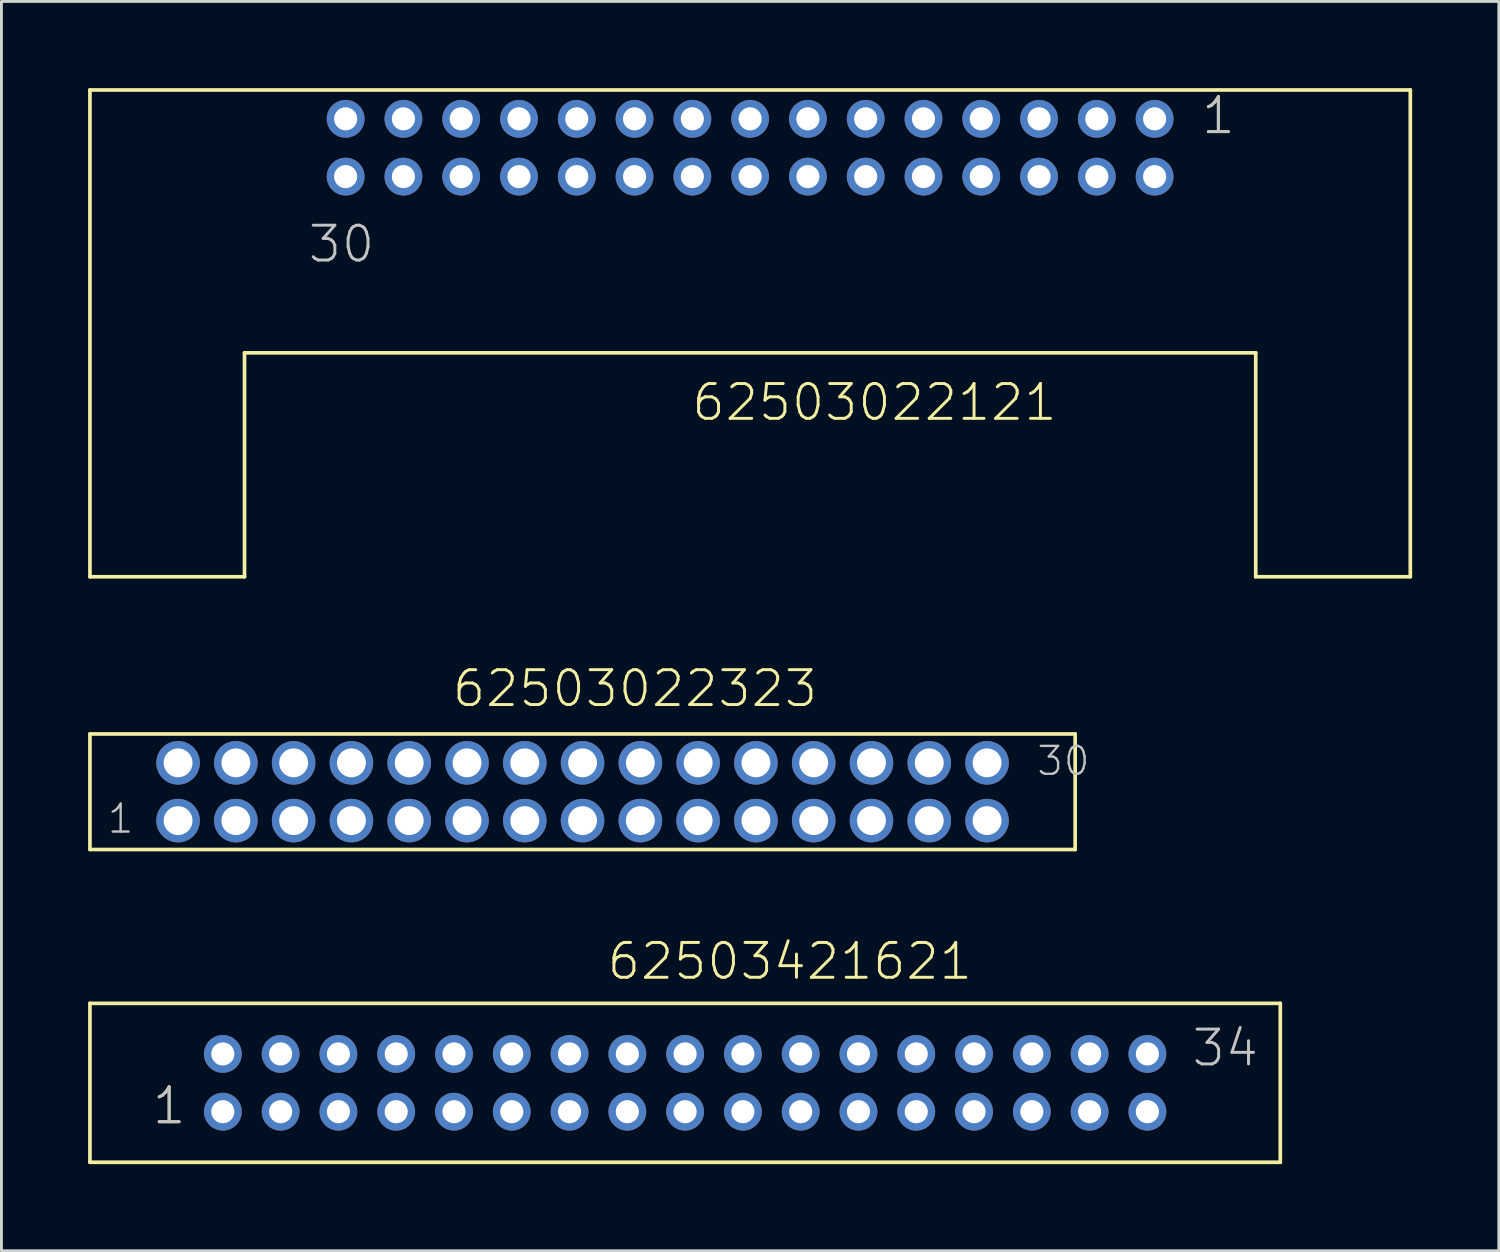
<source format=kicad_pcb>
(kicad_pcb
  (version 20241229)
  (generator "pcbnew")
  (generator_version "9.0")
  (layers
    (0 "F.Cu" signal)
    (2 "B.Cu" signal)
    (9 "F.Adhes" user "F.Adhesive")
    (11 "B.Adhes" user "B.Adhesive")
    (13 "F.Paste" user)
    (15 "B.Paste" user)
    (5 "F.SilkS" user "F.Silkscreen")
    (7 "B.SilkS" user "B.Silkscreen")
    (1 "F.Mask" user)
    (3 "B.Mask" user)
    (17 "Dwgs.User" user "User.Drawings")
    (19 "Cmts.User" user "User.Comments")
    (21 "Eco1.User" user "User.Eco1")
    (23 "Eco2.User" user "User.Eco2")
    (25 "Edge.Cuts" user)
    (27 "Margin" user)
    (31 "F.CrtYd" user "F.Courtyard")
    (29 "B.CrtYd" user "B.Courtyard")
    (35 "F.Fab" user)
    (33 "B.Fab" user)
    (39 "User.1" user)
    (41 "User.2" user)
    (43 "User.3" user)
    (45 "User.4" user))
  (footprint "62503022323"
    (layer "F.Cu")
    (at 17.113 24.353)
    (property "Reference" "62503022323" (at -4.57 -2.865 0) (layer "F.SilkS") (effects (font (size 1.206 1.206) (thickness 0.102)) (justify left bottom)))
    (attr through_hole)
    (fp_line (start -17.05 -2) (end -17.05 2) (stroke (width 0.127) (type solid)) (layer "F.SilkS"))
    (fp_line (start -17.05 2) (end 17.05 2) (stroke (width 0.127) (type solid)) (layer "F.SilkS"))
    (fp_line (start 17.05 -2) (end -17.05 -2) (stroke (width 0.127) (type solid)) (layer "F.SilkS"))
    (fp_line (start 17.05 2) (end 17.05 -2) (stroke (width 0.127) (type solid)) (layer "F.SilkS"))
    (fp_text user "1" (at -16.5 1.5 0) (layer "Dwgs.User") (effects (font (size 0.965 0.965) (thickness 0.081)) (justify left bottom)))
    (fp_text user "30" (at 15.67 -0.5 0) (layer "Dwgs.User") (effects (font (size 0.965 0.965) (thickness 0.081)) (justify left bottom)))
    (pad "1" thru_hole circle (at -14 1) (size 1.508 1.508) (drill 1) (layers "*.Cu" "*.Mask"))
    (pad "2" thru_hole circle (at -14 -1) (size 1.508 1.508) (drill 1) (layers "*.Cu" "*.Mask"))
    (pad "3" thru_hole circle (at -12 1) (size 1.508 1.508) (drill 1) (layers "*.Cu" "*.Mask"))
    (pad "4" thru_hole circle (at -12 -1) (size 1.508 1.508) (drill 1) (layers "*.Cu" "*.Mask"))
    (pad "5" thru_hole circle (at -10 1) (size 1.508 1.508) (drill 1) (layers "*.Cu" "*.Mask"))
    (pad "6" thru_hole circle (at -10 -1) (size 1.508 1.508) (drill 1) (layers "*.Cu" "*.Mask"))
    (pad "7" thru_hole circle (at -8 1) (size 1.508 1.508) (drill 1) (layers "*.Cu" "*.Mask"))
    (pad "8" thru_hole circle (at -8 -1) (size 1.508 1.508) (drill 1) (layers "*.Cu" "*.Mask"))
    (pad "9" thru_hole circle (at -6 1) (size 1.508 1.508) (drill 1) (layers "*.Cu" "*.Mask"))
    (pad "10" thru_hole circle (at -6 -1) (size 1.508 1.508) (drill 1) (layers "*.Cu" "*.Mask"))
    (pad "11" thru_hole circle (at -4 1) (size 1.508 1.508) (drill 1) (layers "*.Cu" "*.Mask"))
    (pad "12" thru_hole circle (at -4 -1) (size 1.508 1.508) (drill 1) (layers "*.Cu" "*.Mask"))
    (pad "13" thru_hole circle (at -2 1) (size 1.508 1.508) (drill 1) (layers "*.Cu" "*.Mask"))
    (pad "14" thru_hole circle (at -2 -1) (size 1.508 1.508) (drill 1) (layers "*.Cu" "*.Mask"))
    (pad "15" thru_hole circle (at 0 1) (size 1.508 1.508) (drill 1) (layers "*.Cu" "*.Mask"))
    (pad "16" thru_hole circle (at 0 -1) (size 1.508 1.508) (drill 1) (layers "*.Cu" "*.Mask"))
    (pad "17" thru_hole circle (at 2 1) (size 1.508 1.508) (drill 1) (layers "*.Cu" "*.Mask"))
    (pad "18" thru_hole circle (at 2 -1) (size 1.508 1.508) (drill 1) (layers "*.Cu" "*.Mask"))
    (pad "19" thru_hole circle (at 4 1) (size 1.508 1.508) (drill 1) (layers "*.Cu" "*.Mask"))
    (pad "20" thru_hole circle (at 4 -1) (size 1.508 1.508) (drill 1) (layers "*.Cu" "*.Mask"))
    (pad "21" thru_hole circle (at 6 1) (size 1.508 1.508) (drill 1) (layers "*.Cu" "*.Mask"))
    (pad "22" thru_hole circle (at 6 -1) (size 1.508 1.508) (drill 1) (layers "*.Cu" "*.Mask"))
    (pad "23" thru_hole circle (at 8 1) (size 1.508 1.508) (drill 1) (layers "*.Cu" "*.Mask"))
    (pad "24" thru_hole circle (at 8 -1) (size 1.508 1.508) (drill 1) (layers "*.Cu" "*.Mask"))
    (pad "25" thru_hole circle (at 10 1) (size 1.508 1.508) (drill 1) (layers "*.Cu" "*.Mask"))
    (pad "26" thru_hole circle (at 10 -1) (size 1.508 1.508) (drill 1) (layers "*.Cu" "*.Mask"))
    (pad "27" thru_hole circle (at 12 1) (size 1.508 1.508) (drill 1) (layers "*.Cu" "*.Mask"))
    (pad "28" thru_hole circle (at 12 -1) (size 1.508 1.508) (drill 1) (layers "*.Cu" "*.Mask"))
    (pad "29" thru_hole circle (at 14 1) (size 1.508 1.508) (drill 1) (layers "*.Cu" "*.Mask"))
    (pad "30" thru_hole circle (at 14 -1) (size 1.508 1.508) (drill 1) (layers "*.Cu" "*.Mask")))
  (footprint "62503022121"
    (layer "F.Cu")
    (at 22.913 2.063)
    (property "Reference" "62503022121" (at -2.08 9.52 0) (layer "F.SilkS") (effects (font (size 1.206 1.206) (thickness 0.102)) (justify left bottom)))
    (attr through_hole)
    (fp_line (start -22.85 -2) (end -22.85 14.85) (stroke (width 0.127) (type solid)) (layer "F.SilkS"))
    (fp_line (start -22.85 14.85) (end -17.5 14.85) (stroke (width 0.127) (type solid)) (layer "F.SilkS"))
    (fp_line (start -17.5 7.1) (end 17.5 7.1) (stroke (width 0.127) (type solid)) (layer "F.SilkS"))
    (fp_line (start -17.5 14.85) (end -17.5 7.1) (stroke (width 0.127) (type solid)) (layer "F.SilkS"))
    (fp_line (start 17.5 7.1) (end 17.5 14.85) (stroke (width 0.127) (type solid)) (layer "F.SilkS"))
    (fp_line (start 17.5 14.85) (end 22.85 14.85) (stroke (width 0.127) (type solid)) (layer "F.SilkS"))
    (fp_line (start 22.85 -2) (end -22.85 -2) (stroke (width 0.127) (type solid)) (layer "F.SilkS"))
    (fp_line (start 22.85 14.85) (end 22.85 -2) (stroke (width 0.127) (type solid)) (layer "F.SilkS"))
    (fp_text user "1" (at 15.565 -0.405 0) (layer "F.SilkS") (effects (font (size 1.206 1.206) (thickness 0.102)) (justify left bottom)))
    (fp_text user "30" (at -15.36 4.04 0) (layer "Dwgs.User") (effects (font (size 1.206 1.206) (thickness 0.102)) (justify left bottom)))
    (fp_text user "1" (at 15.565 -0.405 0) (layer "Dwgs.User") (effects (font (size 1.206 1.206) (thickness 0.102)) (justify left bottom)))
    (pad "1" thru_hole circle (at 14 -1) (size 1.308 1.308) (drill 0.8) (layers "*.Cu" "*.Mask"))
    (pad "2" thru_hole circle (at 14 1) (size 1.308 1.308) (drill 0.8) (layers "*.Cu" "*.Mask"))
    (pad "3" thru_hole circle (at 12 -1) (size 1.308 1.308) (drill 0.8) (layers "*.Cu" "*.Mask"))
    (pad "4" thru_hole circle (at 12 1) (size 1.308 1.308) (drill 0.8) (layers "*.Cu" "*.Mask"))
    (pad "5" thru_hole circle (at 10 -1) (size 1.308 1.308) (drill 0.8) (layers "*.Cu" "*.Mask"))
    (pad "6" thru_hole circle (at 10 1) (size 1.308 1.308) (drill 0.8) (layers "*.Cu" "*.Mask"))
    (pad "7" thru_hole circle (at 8 -1) (size 1.308 1.308) (drill 0.8) (layers "*.Cu" "*.Mask"))
    (pad "8" thru_hole circle (at 8 1) (size 1.308 1.308) (drill 0.8) (layers "*.Cu" "*.Mask"))
    (pad "9" thru_hole circle (at 6 -1) (size 1.308 1.308) (drill 0.8) (layers "*.Cu" "*.Mask"))
    (pad "10" thru_hole circle (at 6 1) (size 1.308 1.308) (drill 0.8) (layers "*.Cu" "*.Mask"))
    (pad "11" thru_hole circle (at 4 -1) (size 1.308 1.308) (drill 0.8) (layers "*.Cu" "*.Mask"))
    (pad "12" thru_hole circle (at 4 1) (size 1.308 1.308) (drill 0.8) (layers "*.Cu" "*.Mask"))
    (pad "13" thru_hole circle (at 2 -1) (size 1.308 1.308) (drill 0.8) (layers "*.Cu" "*.Mask"))
    (pad "14" thru_hole circle (at 2 1) (size 1.308 1.308) (drill 0.8) (layers "*.Cu" "*.Mask"))
    (pad "15" thru_hole circle (at 0 -1) (size 1.308 1.308) (drill 0.8) (layers "*.Cu" "*.Mask"))
    (pad "16" thru_hole circle (at 0 1) (size 1.308 1.308) (drill 0.8) (layers "*.Cu" "*.Mask"))
    (pad "17" thru_hole circle (at -2 -1) (size 1.308 1.308) (drill 0.8) (layers "*.Cu" "*.Mask"))
    (pad "18" thru_hole circle (at -2 1) (size 1.308 1.308) (drill 0.8) (layers "*.Cu" "*.Mask"))
    (pad "19" thru_hole circle (at -4 -1) (size 1.308 1.308) (drill 0.8) (layers "*.Cu" "*.Mask"))
    (pad "20" thru_hole circle (at -4 1) (size 1.308 1.308) (drill 0.8) (layers "*.Cu" "*.Mask"))
    (pad "21" thru_hole circle (at -6 -1) (size 1.308 1.308) (drill 0.8) (layers "*.Cu" "*.Mask"))
    (pad "22" thru_hole circle (at -6 1) (size 1.308 1.308) (drill 0.8) (layers "*.Cu" "*.Mask"))
    (pad "23" thru_hole circle (at -8 -1) (size 1.308 1.308) (drill 0.8) (layers "*.Cu" "*.Mask"))
    (pad "24" thru_hole circle (at -8 1) (size 1.308 1.308) (drill 0.8) (layers "*.Cu" "*.Mask"))
    (pad "25" thru_hole circle (at -10 -1) (size 1.308 1.308) (drill 0.8) (layers "*.Cu" "*.Mask"))
    (pad "26" thru_hole circle (at -10 1) (size 1.308 1.308) (drill 0.8) (layers "*.Cu" "*.Mask"))
    (pad "27" thru_hole circle (at -12 -1) (size 1.308 1.308) (drill 0.8) (layers "*.Cu" "*.Mask"))
    (pad "28" thru_hole circle (at -12 1) (size 1.308 1.308) (drill 0.8) (layers "*.Cu" "*.Mask"))
    (pad "29" thru_hole circle (at -14 -1) (size 1.308 1.308) (drill 0.8) (layers "*.Cu" "*.Mask"))
    (pad "30" thru_hole circle (at -14 1) (size 1.308 1.308) (drill 0.8) (layers "*.Cu" "*.Mask")))
  (footprint "62503421621"
    (layer "F.Cu")
    (at 20.663 34.428)
    (property "Reference" "62503421621" (at -2.76 -3.5 0) (layer "F.SilkS") (effects (font (size 1.206 1.206) (thickness 0.102)) (justify left bottom)))
    (attr through_hole)
    (fp_line (start -20.6 -2.75) (end -20.6 2.75) (stroke (width 0.127) (type solid)) (layer "F.SilkS"))
    (fp_line (start -20.6 2.75) (end 20.6 2.75) (stroke (width 0.127) (type solid)) (layer "F.SilkS"))
    (fp_line (start 20.6 -2.75) (end -20.6 -2.75) (stroke (width 0.127) (type solid)) (layer "F.SilkS"))
    (fp_line (start 20.6 2.75) (end 20.6 -2.75) (stroke (width 0.127) (type solid)) (layer "F.SilkS"))
    (fp_text user "1" (at -18.5 1.5 0) (layer "F.SilkS") (effects (font (size 1.206 1.206) (thickness 0.102)) (justify left bottom)))
    (fp_text user "1" (at -18.5 1.5 0) (layer "Dwgs.User") (effects (font (size 1.206 1.206) (thickness 0.102)) (justify left bottom)))
    (fp_text user "34" (at 17.48 -0.5 0) (layer "Dwgs.User") (effects (font (size 1.206 1.206) (thickness 0.102)) (justify left bottom)))
    (pad "1" thru_hole circle (at -16 1) (size 1.308 1.308) (drill 0.8) (layers "*.Cu" "*.Mask"))
    (pad "2" thru_hole circle (at -16 -1) (size 1.308 1.308) (drill 0.8) (layers "*.Cu" "*.Mask"))
    (pad "3" thru_hole circle (at -14 1) (size 1.308 1.308) (drill 0.8) (layers "*.Cu" "*.Mask"))
    (pad "4" thru_hole circle (at -14 -1) (size 1.308 1.308) (drill 0.8) (layers "*.Cu" "*.Mask"))
    (pad "5" thru_hole circle (at -12 1) (size 1.308 1.308) (drill 0.8) (layers "*.Cu" "*.Mask"))
    (pad "6" thru_hole circle (at -12 -1) (size 1.308 1.308) (drill 0.8) (layers "*.Cu" "*.Mask"))
    (pad "7" thru_hole circle (at -10 1) (size 1.308 1.308) (drill 0.8) (layers "*.Cu" "*.Mask"))
    (pad "8" thru_hole circle (at -10 -1) (size 1.308 1.308) (drill 0.8) (layers "*.Cu" "*.Mask"))
    (pad "9" thru_hole circle (at -8 1) (size 1.308 1.308) (drill 0.8) (layers "*.Cu" "*.Mask"))
    (pad "10" thru_hole circle (at -8 -1) (size 1.308 1.308) (drill 0.8) (layers "*.Cu" "*.Mask"))
    (pad "11" thru_hole circle (at -6 1) (size 1.308 1.308) (drill 0.8) (layers "*.Cu" "*.Mask"))
    (pad "12" thru_hole circle (at -6 -1) (size 1.308 1.308) (drill 0.8) (layers "*.Cu" "*.Mask"))
    (pad "13" thru_hole circle (at -4 1) (size 1.308 1.308) (drill 0.8) (layers "*.Cu" "*.Mask"))
    (pad "14" thru_hole circle (at -4 -1) (size 1.308 1.308) (drill 0.8) (layers "*.Cu" "*.Mask"))
    (pad "15" thru_hole circle (at -2 1) (size 1.308 1.308) (drill 0.8) (layers "*.Cu" "*.Mask"))
    (pad "16" thru_hole circle (at -2 -1) (size 1.308 1.308) (drill 0.8) (layers "*.Cu" "*.Mask"))
    (pad "17" thru_hole circle (at 0 1) (size 1.308 1.308) (drill 0.8) (layers "*.Cu" "*.Mask"))
    (pad "18" thru_hole circle (at 0 -1) (size 1.308 1.308) (drill 0.8) (layers "*.Cu" "*.Mask"))
    (pad "19" thru_hole circle (at 2 1) (size 1.308 1.308) (drill 0.8) (layers "*.Cu" "*.Mask"))
    (pad "20" thru_hole circle (at 2 -1) (size 1.308 1.308) (drill 0.8) (layers "*.Cu" "*.Mask"))
    (pad "21" thru_hole circle (at 4 1) (size 1.308 1.308) (drill 0.8) (layers "*.Cu" "*.Mask"))
    (pad "22" thru_hole circle (at 4 -1) (size 1.308 1.308) (drill 0.8) (layers "*.Cu" "*.Mask"))
    (pad "23" thru_hole circle (at 6 1) (size 1.308 1.308) (drill 0.8) (layers "*.Cu" "*.Mask"))
    (pad "24" thru_hole circle (at 6 -1) (size 1.308 1.308) (drill 0.8) (layers "*.Cu" "*.Mask"))
    (pad "25" thru_hole circle (at 8 1) (size 1.308 1.308) (drill 0.8) (layers "*.Cu" "*.Mask"))
    (pad "26" thru_hole circle (at 8 -1) (size 1.308 1.308) (drill 0.8) (layers "*.Cu" "*.Mask"))
    (pad "27" thru_hole circle (at 10 1) (size 1.308 1.308) (drill 0.8) (layers "*.Cu" "*.Mask"))
    (pad "28" thru_hole circle (at 10 -1) (size 1.308 1.308) (drill 0.8) (layers "*.Cu" "*.Mask"))
    (pad "29" thru_hole circle (at 12 1) (size 1.308 1.308) (drill 0.8) (layers "*.Cu" "*.Mask"))
    (pad "30" thru_hole circle (at 12 -1) (size 1.308 1.308) (drill 0.8) (layers "*.Cu" "*.Mask"))
    (pad "31" thru_hole circle (at 14 1) (size 1.308 1.308) (drill 0.8) (layers "*.Cu" "*.Mask"))
    (pad "32" thru_hole circle (at 14 -1) (size 1.308 1.308) (drill 0.8) (layers "*.Cu" "*.Mask"))
    (pad "33" thru_hole circle (at 16 1) (size 1.308 1.308) (drill 0.8) (layers "*.Cu" "*.Mask"))
    (pad "34" thru_hole circle (at 16 -1) (size 1.308 1.308) (drill 0.8) (layers "*.Cu" "*.Mask")))
  (gr_rect
    (start -3 -3)
    (end 48.827 40.242)
    (stroke (width 0.1) (type default))
    (fill no)
    (layer "Edge.Cuts")))
</source>
